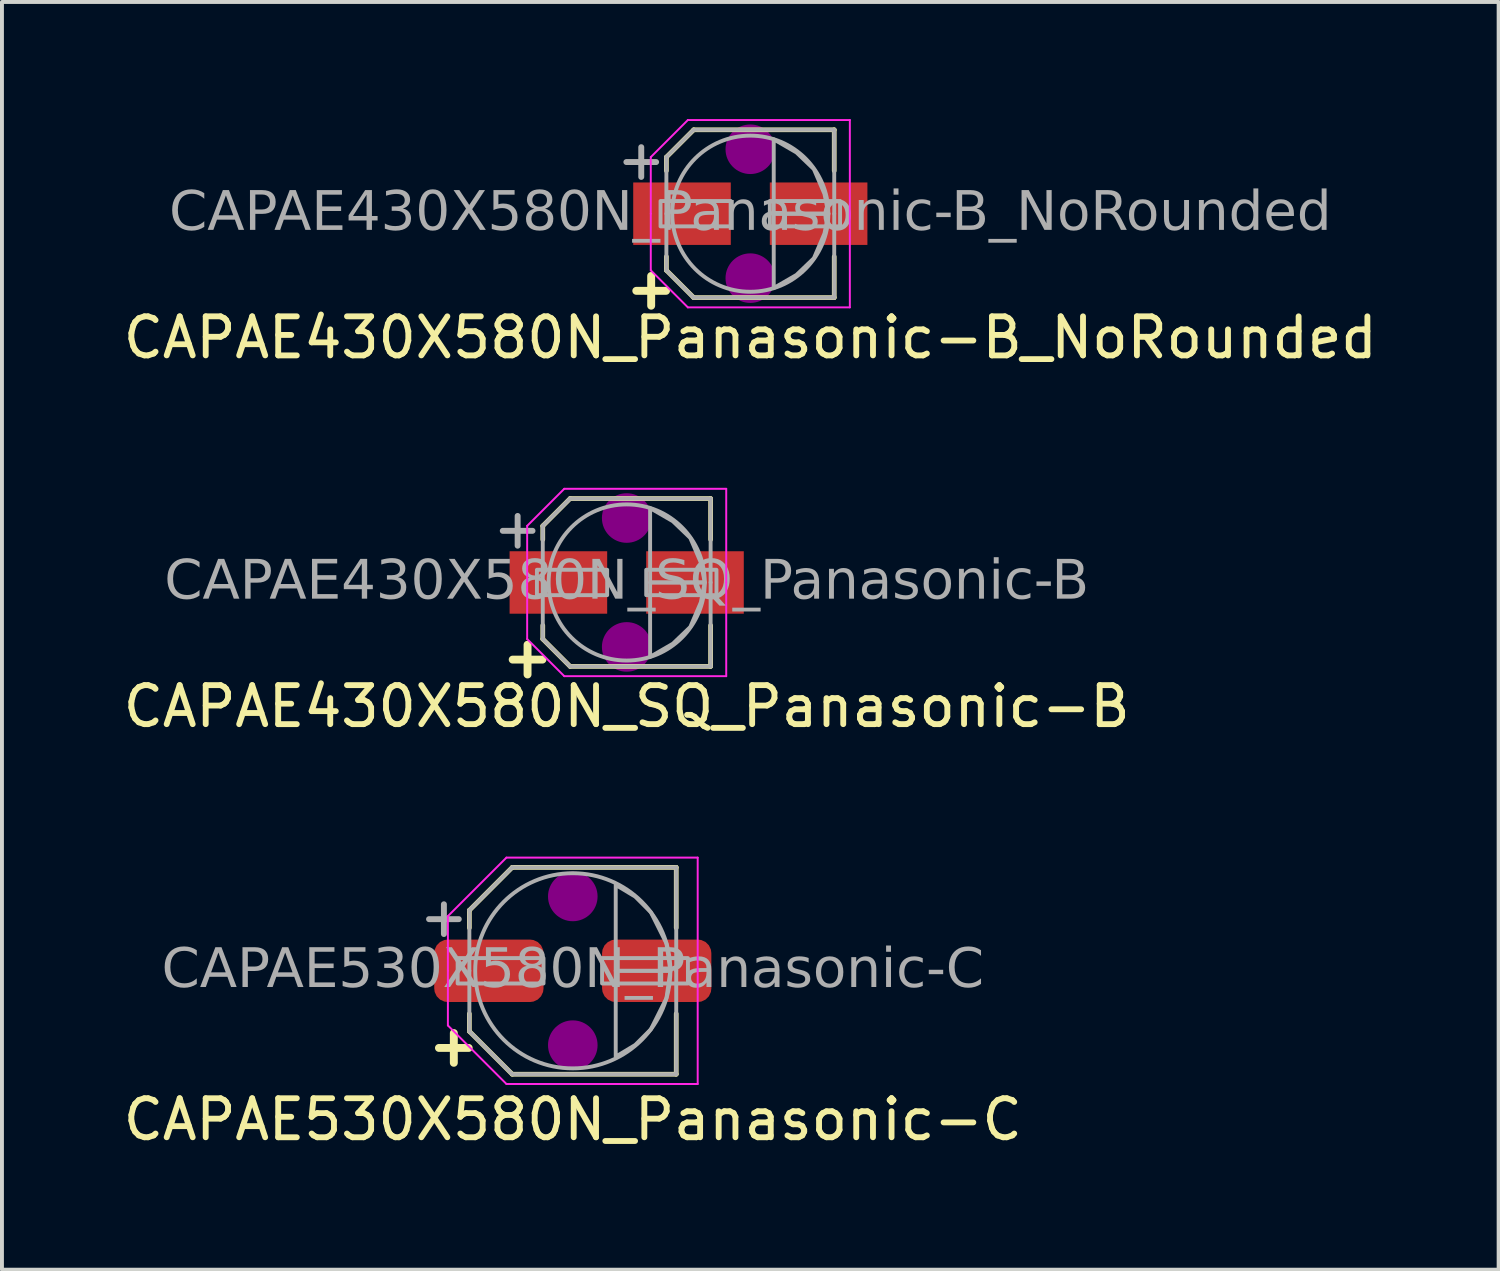
<source format=kicad_pcb>
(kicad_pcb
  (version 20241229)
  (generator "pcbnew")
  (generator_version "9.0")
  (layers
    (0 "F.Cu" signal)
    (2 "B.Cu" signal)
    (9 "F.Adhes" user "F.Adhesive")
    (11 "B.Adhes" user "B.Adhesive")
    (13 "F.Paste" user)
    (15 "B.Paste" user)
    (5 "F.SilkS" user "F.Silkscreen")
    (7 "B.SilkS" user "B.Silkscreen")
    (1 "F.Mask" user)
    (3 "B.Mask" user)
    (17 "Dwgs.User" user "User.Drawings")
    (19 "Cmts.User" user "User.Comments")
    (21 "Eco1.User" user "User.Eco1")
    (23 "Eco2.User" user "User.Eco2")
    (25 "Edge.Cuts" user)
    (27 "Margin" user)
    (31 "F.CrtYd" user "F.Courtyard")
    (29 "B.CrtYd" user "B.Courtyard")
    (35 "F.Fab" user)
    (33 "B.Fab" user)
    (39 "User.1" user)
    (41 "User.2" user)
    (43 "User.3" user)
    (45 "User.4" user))
  (footprint "CAPAE530X580N_Panasonic-C"
    (layer "F.Cu")
    (at 11.625 21.822)
    (property "Reference" "CAPAE530X580N_Panasonic-C" (at 0 3.81 0) (layer "F.SilkS") (effects (font (size 1 1) (thickness 0.15))))
    (attr smd)
    (fp_line (start -2.65 -1.55) (end -1.551 -2.65) (stroke (width 0.12) (type default)) (layer "F.SilkS"))
    (fp_line (start -2.65 -1.1) (end -2.65 -1.55) (stroke (width 0.12) (type default)) (layer "F.SilkS"))
    (fp_line (start -2.65 1.1) (end -2.65 1.55) (stroke (width 0.12) (type default)) (layer "F.SilkS"))
    (fp_line (start -2.65 1.55) (end -1.551 2.65) (stroke (width 0.12) (type default)) (layer "F.SilkS"))
    (fp_line (start -1.551 -2.65) (end 2.65 -2.65) (stroke (width 0.12) (type solid)) (layer "F.SilkS"))
    (fp_line (start -1.551 2.65) (end 2.65 2.65) (stroke (width 0.12) (type solid)) (layer "F.SilkS"))
    (fp_line (start 2.65 -1.1) (end 2.65 -2.65) (stroke (width 0.12) (type solid)) (layer "F.SilkS"))
    (fp_line (start 2.65 1.1) (end 2.65 2.65) (stroke (width 0.12) (type solid)) (layer "F.SilkS"))
    (fp_circle (center 0 -1.905) (end 0.635 -1.905) (stroke (width 0) (type solid)) (fill yes) (layer "F.Adhes"))
    (fp_circle (center 0 1.905) (end 0.635 1.905) (stroke (width 0) (type solid)) (fill yes) (layer "F.Adhes"))
    (fp_line (start -3.2 -1.4) (end -3.2 0) (stroke (width 0.05) (type solid)) (layer "F.CrtYd"))
    (fp_line (start -3.2 -1.4) (end -1.7 -2.9) (stroke (width 0.05) (type solid)) (layer "F.CrtYd"))
    (fp_line (start -3.2 1.4) (end -3.2 0) (stroke (width 0.05) (type solid)) (layer "F.CrtYd"))
    (fp_line (start -3.2 1.4) (end -1.7 2.9) (stroke (width 0.05) (type solid)) (layer "F.CrtYd"))
    (fp_line (start -1.7 -2.9) (end 3.2 -2.9) (stroke (width 0.05) (type solid)) (layer "F.CrtYd"))
    (fp_line (start -1.7 2.9) (end 3.2 2.9) (stroke (width 0.05) (type solid)) (layer "F.CrtYd"))
    (fp_line (start 3.2 -2.9) (end 3.2 0) (stroke (width 0.05) (type solid)) (layer "F.CrtYd"))
    (fp_line (start 3.2 2.9) (end 3.2 0) (stroke (width 0.05) (type solid)) (layer "F.CrtYd"))
    (fp_line (start -2.65 -1.55) (end -1.55 -2.65) (stroke (width 0.1) (type default)) (layer "F.Fab"))
    (fp_line (start -2.65 0) (end -2.65 -1.55) (stroke (width 0.1) (type solid)) (layer "F.Fab"))
    (fp_line (start -2.65 0) (end -2.65 1.55) (stroke (width 0.1) (type solid)) (layer "F.Fab"))
    (fp_line (start -2.65 1.55) (end -1.55 2.65) (stroke (width 0.1) (type default)) (layer "F.Fab"))
    (fp_line (start -1.55 -2.65) (end 2.65 -2.65) (stroke (width 0.1) (type solid)) (layer "F.Fab"))
    (fp_line (start -1.55 2.65) (end 2.65 2.65) (stroke (width 0.1) (type solid)) (layer "F.Fab"))
    (fp_line (start 2.65 0) (end 2.65 -2.65) (stroke (width 0.1) (type solid)) (layer "F.Fab"))
    (fp_line (start 2.65 0) (end 2.65 2.65) (stroke (width 0.1) (type solid)) (layer "F.Fab"))
    (fp_rect (start -2.95 0.325) (end -0.75 -0.325) (stroke (width 0.1) (type solid)) (fill no) (layer "F.Fab"))
    (fp_rect (start 2.95 0.325) (end 0.75 -0.325) (stroke (width 0.1) (type solid)) (fill no) (layer "F.Fab"))
    (fp_circle (center 0 0) (end 2.5 0) (stroke (width 0.1) (type default)) (fill no) (layer "F.Fab"))
    (fp_poly (pts (xy 1.1 -2.2) (xy 1.6 -1.9) (xy 2 -1.5) (xy 2.4 -0.7) (xy 2.5 0) (xy 1.1 0)) (stroke (width 0.1) (type solid)) (fill no) (layer "F.Fab"))
    (fp_poly (pts (xy 1.1 2.2) (xy 1.6 1.9) (xy 2 1.5) (xy 2.4 0.7) (xy 2.5 0) (xy 1.1 0)) (stroke (width 0.1) (type solid)) (fill no) (layer "F.Fab"))
    (fp_text user "+" (at -3.048 1.905 0) (unlocked yes) (layer "F.SilkS") (effects (font (size 1 1) (thickness 0.203) (bold yes))))
    (fp_text user "${REFERENCE}" (at 0 0 0) (layer "F.Fab") (effects (font (face "Tahoma") (size 1 1) (thickness 0.15))))
    (fp_text user "+" (at -3.302 -1.397 0) (unlocked yes) (layer "F.Fab") (effects (font (size 1 1) (thickness 0.152))))
    (pad "1" smd roundrect (at -2.15 0) (size 2.8 1.6) (layers "F.Cu" "F.Mask" "F.Paste") (roundrect_rratio 0.217))
    (pad "2" smd roundrect (at 2.15 0) (size 2.8 1.6) (layers "F.Cu" "F.Mask" "F.Paste") (roundrect_rratio 0.217)))
  (footprint "CAPAE430X580N_SQ_Panasonic-B"
    (layer "F.Cu")
    (at 13.006 11.873)
    (property "Reference" "CAPAE430X580N_SQ_Panasonic-B" (at 0 3.175 0) (layer "F.SilkS") (effects (font (size 1 1) (thickness 0.15))))
    (attr smd)
    (fp_line (start -2.15 -1.45) (end -1.45 -2.15) (stroke (width 0.12) (type default)) (layer "F.SilkS"))
    (fp_line (start -2.15 -1.1) (end -2.15 -1.45) (stroke (width 0.12) (type default)) (layer "F.SilkS"))
    (fp_line (start -2.15 1.1) (end -2.15 1.45) (stroke (width 0.12) (type default)) (layer "F.SilkS"))
    (fp_line (start -2.15 1.45) (end -1.45 2.15) (stroke (width 0.12) (type default)) (layer "F.SilkS"))
    (fp_line (start -1.45 -2.15) (end 2.15 -2.15) (stroke (width 0.12) (type solid)) (layer "F.SilkS"))
    (fp_line (start -1.45 2.15) (end 2.15 2.15) (stroke (width 0.12) (type solid)) (layer "F.SilkS"))
    (fp_line (start 2.15 -1.1) (end 2.15 -2.15) (stroke (width 0.12) (type solid)) (layer "F.SilkS"))
    (fp_line (start 2.15 1.1) (end 2.15 2.15) (stroke (width 0.12) (type solid)) (layer "F.SilkS"))
    (fp_circle (center 0 -1.651) (end 0.635 -1.651) (stroke (width 0) (type solid)) (fill yes) (layer "F.Adhes"))
    (fp_circle (center 0 1.651) (end 0.635 1.651) (stroke (width 0) (type solid)) (fill yes) (layer "F.Adhes"))
    (fp_line (start -2.55 -1.45) (end -2.55 0) (stroke (width 0.05) (type solid)) (layer "F.CrtYd"))
    (fp_line (start -2.55 -1.45) (end -1.6 -2.4) (stroke (width 0.05) (type solid)) (layer "F.CrtYd"))
    (fp_line (start -2.55 1.45) (end -2.55 0) (stroke (width 0.05) (type solid)) (layer "F.CrtYd"))
    (fp_line (start -2.55 1.45) (end -1.6 2.4) (stroke (width 0.05) (type solid)) (layer "F.CrtYd"))
    (fp_line (start -1.6 -2.4) (end 2.55 -2.4) (stroke (width 0.05) (type solid)) (layer "F.CrtYd"))
    (fp_line (start -1.6 2.4) (end 2.55 2.4) (stroke (width 0.05) (type solid)) (layer "F.CrtYd"))
    (fp_line (start 2.55 -2.4) (end 2.55 0) (stroke (width 0.05) (type solid)) (layer "F.CrtYd"))
    (fp_line (start 2.55 2.4) (end 2.55 0) (stroke (width 0.05) (type solid)) (layer "F.CrtYd"))
    (fp_line (start -2.15 -1.45) (end -1.45 -2.15) (stroke (width 0.1) (type default)) (layer "F.Fab"))
    (fp_line (start -2.15 0) (end -2.15 -1.45) (stroke (width 0.1) (type solid)) (layer "F.Fab"))
    (fp_line (start -2.15 0) (end -2.15 1.45) (stroke (width 0.1) (type solid)) (layer "F.Fab"))
    (fp_line (start -2.15 1.45) (end -1.45 2.15) (stroke (width 0.1) (type default)) (layer "F.Fab"))
    (fp_line (start -1.45 -2.15) (end 2.15 -2.15) (stroke (width 0.1) (type solid)) (layer "F.Fab"))
    (fp_line (start -1.45 2.15) (end 2.15 2.15) (stroke (width 0.1) (type solid)) (layer "F.Fab"))
    (fp_line (start 2.15 0) (end 2.15 -2.15) (stroke (width 0.1) (type solid)) (layer "F.Fab"))
    (fp_line (start 2.15 0) (end 2.15 2.15) (stroke (width 0.1) (type solid)) (layer "F.Fab"))
    (fp_rect (start -0.5 0.325) (end -2.3 -0.325) (stroke (width 0.1) (type solid)) (fill no) (layer "F.Fab"))
    (fp_rect (start 0.5 0.325) (end 2.3 -0.325) (stroke (width 0.1) (type solid)) (fill no) (layer "F.Fab"))
    (fp_circle (center 0 0) (end 2 0) (stroke (width 0.1) (type default)) (fill no) (layer "F.Fab"))
    (fp_poly (pts (xy 0.6 -1.905) (xy 1.182 -1.569) (xy 1.629 -1.141) (xy 1.9 -0.508) (xy 2 0) (xy 0.6 0)) (stroke (width 0.1) (type solid)) (fill no) (layer "F.Fab"))
    (fp_poly (pts (xy 0.6 1.905) (xy 1.182 1.569) (xy 1.629 1.141) (xy 1.9 0.508) (xy 2 0) (xy 0.6 0)) (stroke (width 0.1) (type solid)) (fill no) (layer "F.Fab"))
    (fp_text user "+" (at -2.54 1.905 0) (unlocked yes) (layer "F.SilkS") (effects (font (size 1 1) (thickness 0.203) (bold yes))))
    (fp_text user "${REFERENCE}" (at 0 0 0) (layer "F.Fab") (effects (font (face "Tahoma") (size 1 1) (thickness 0.15))))
    (fp_text user "+" (at -2.794 -1.397 0) (unlocked yes) (layer "F.Fab") (effects (font (size 1 1) (thickness 0.152))))
    (pad "1" smd rect (at -1.75 0) (size 2.5 1.6) (layers "F.Cu" "F.Mask" "F.Paste"))
    (pad "2" smd rect (at 1.75 0) (size 2.5 1.6) (layers "F.Cu" "F.Mask" "F.Paste")))
  (footprint "CAPAE430X580N_Panasonic-B_NoRounded"
    (layer "F.Cu")
    (at 16.173 2.425)
    (property "Reference" "CAPAE430X580N_Panasonic-B_NoRounded" (at 0 3.175 0) (layer "F.SilkS") (effects (font (size 1 1) (thickness 0.15))))
    (attr smd)
    (fp_line (start -2.15 -1.45) (end -1.45 -2.15) (stroke (width 0.12) (type default)) (layer "F.SilkS"))
    (fp_line (start -2.15 -1.1) (end -2.15 -1.45) (stroke (width 0.12) (type default)) (layer "F.SilkS"))
    (fp_line (start -2.15 1.1) (end -2.15 1.45) (stroke (width 0.12) (type default)) (layer "F.SilkS"))
    (fp_line (start -2.15 1.45) (end -1.45 2.15) (stroke (width 0.12) (type default)) (layer "F.SilkS"))
    (fp_line (start -1.45 -2.15) (end 2.15 -2.15) (stroke (width 0.12) (type solid)) (layer "F.SilkS"))
    (fp_line (start -1.45 2.15) (end 2.15 2.15) (stroke (width 0.12) (type solid)) (layer "F.SilkS"))
    (fp_line (start 2.15 -1.1) (end 2.15 -2.15) (stroke (width 0.12) (type solid)) (layer "F.SilkS"))
    (fp_line (start 2.15 1.1) (end 2.15 2.15) (stroke (width 0.12) (type solid)) (layer "F.SilkS"))
    (fp_circle (center 0 -1.651) (end 0.635 -1.651) (stroke (width 0) (type solid)) (fill yes) (layer "F.Adhes"))
    (fp_circle (center 0 1.651) (end 0.635 1.651) (stroke (width 0) (type solid)) (fill yes) (layer "F.Adhes"))
    (fp_line (start -2.55 -1.45) (end -2.55 0) (stroke (width 0.05) (type solid)) (layer "F.CrtYd"))
    (fp_line (start -2.55 -1.45) (end -1.6 -2.4) (stroke (width 0.05) (type solid)) (layer "F.CrtYd"))
    (fp_line (start -2.55 1.45) (end -2.55 0) (stroke (width 0.05) (type solid)) (layer "F.CrtYd"))
    (fp_line (start -2.55 1.45) (end -1.6 2.4) (stroke (width 0.05) (type solid)) (layer "F.CrtYd"))
    (fp_line (start -1.6 -2.4) (end 2.55 -2.4) (stroke (width 0.05) (type solid)) (layer "F.CrtYd"))
    (fp_line (start -1.6 2.4) (end 2.55 2.4) (stroke (width 0.05) (type solid)) (layer "F.CrtYd"))
    (fp_line (start 2.55 -2.4) (end 2.55 0) (stroke (width 0.05) (type solid)) (layer "F.CrtYd"))
    (fp_line (start 2.55 2.4) (end 2.55 0) (stroke (width 0.05) (type solid)) (layer "F.CrtYd"))
    (fp_line (start -2.15 -1.45) (end -1.45 -2.15) (stroke (width 0.1) (type default)) (layer "F.Fab"))
    (fp_line (start -2.15 0) (end -2.15 -1.45) (stroke (width 0.1) (type solid)) (layer "F.Fab"))
    (fp_line (start -2.15 0) (end -2.15 1.45) (stroke (width 0.1) (type solid)) (layer "F.Fab"))
    (fp_line (start -2.15 1.45) (end -1.45 2.15) (stroke (width 0.1) (type default)) (layer "F.Fab"))
    (fp_line (start -1.45 -2.15) (end 2.15 -2.15) (stroke (width 0.1) (type solid)) (layer "F.Fab"))
    (fp_line (start -1.45 2.15) (end 2.15 2.15) (stroke (width 0.1) (type solid)) (layer "F.Fab"))
    (fp_line (start 2.15 0) (end 2.15 -2.15) (stroke (width 0.1) (type solid)) (layer "F.Fab"))
    (fp_line (start 2.15 0) (end 2.15 2.15) (stroke (width 0.1) (type solid)) (layer "F.Fab"))
    (fp_rect (start -0.5 0.325) (end -2.3 -0.325) (stroke (width 0.1) (type solid)) (fill no) (layer "F.Fab"))
    (fp_rect (start 0.5 0.325) (end 2.3 -0.325) (stroke (width 0.1) (type solid)) (fill no) (layer "F.Fab"))
    (fp_circle (center 0 0) (end 2 0) (stroke (width 0.1) (type default)) (fill no) (layer "F.Fab"))
    (fp_poly (pts (xy 0.6 -1.905) (xy 1.182 -1.569) (xy 1.629 -1.141) (xy 1.9 -0.508) (xy 2 0) (xy 0.6 0)) (stroke (width 0.1) (type solid)) (fill no) (layer "F.Fab"))
    (fp_poly (pts (xy 0.6 1.905) (xy 1.182 1.569) (xy 1.629 1.141) (xy 1.9 0.508) (xy 2 0) (xy 0.6 0)) (stroke (width 0.1) (type solid)) (fill no) (layer "F.Fab"))
    (fp_text user "+" (at -2.54 1.905 0) (unlocked yes) (layer "F.SilkS") (effects (font (size 1 1) (thickness 0.203) (bold yes))))
    (fp_text user "+" (at -2.794 -1.397 0) (unlocked yes) (layer "F.Fab") (effects (font (size 1 1) (thickness 0.152))))
    (fp_text user "${REFERENCE}" (at 0 0 0) (layer "F.Fab") (effects (font (face "Tahoma") (size 1 1) (thickness 0.15))))
    (pad "1" smd rect (at -1.75 0) (size 2.5 1.6) (layers "F.Cu" "F.Mask" "F.Paste"))
    (pad "2" smd rect (at 1.75 0) (size 2.5 1.6) (layers "F.Cu" "F.Mask" "F.Paste")))
  (gr_rect
    (start -3 -3)
    (end 35.345 29.48)
    (stroke (width 0.1) (type default))
    (fill no)
    (layer "Edge.Cuts")))
</source>
